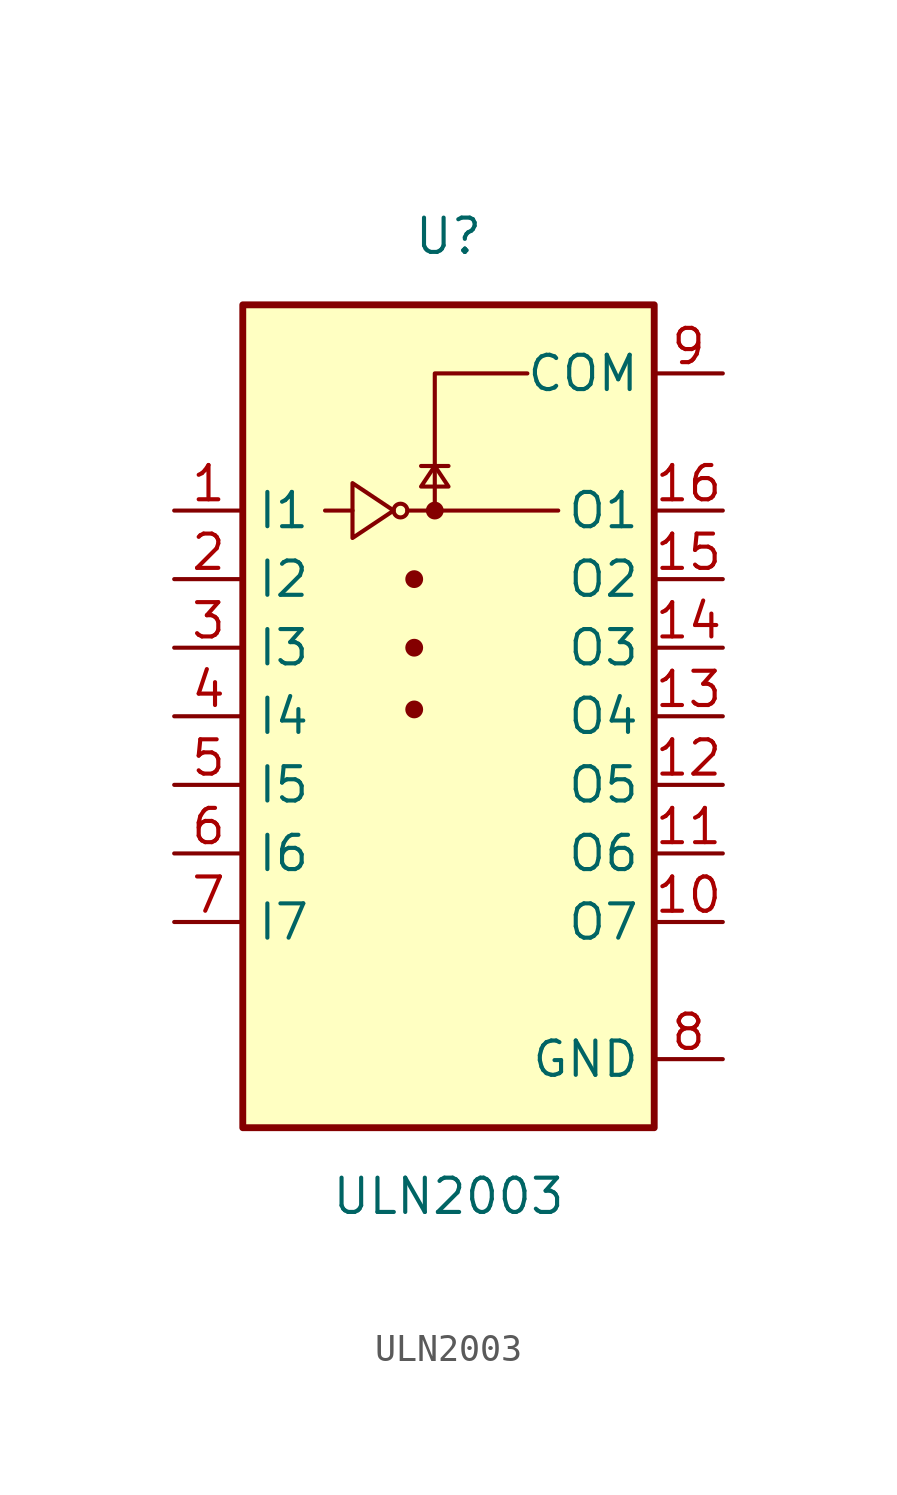
<source format=kicad_sym>
(kicad_symbol_lib
  (version 20220914)
  (generator kicad_symbol_editor)
  (symbol "ULN2003"
    (property "Reference" "U"
      (at 0 17.78 0)
      (effects (font (size 1.27 1.27))))
    (property "Value" "ULN2003"
      (at 0 -17.78 0)
      (effects (font (size 1.27 1.27))))
    (symbol "ULN2003_0_1"
      (rectangle (start -7.62 15.24) (end 7.62 -15.24) (stroke (width 0.254) (type default)) (fill (type background)))
      (circle (center -1.778 7.62) (radius 0.254) (stroke (width 0) (type default)) (fill (type none)))
      (circle (center -1.27 0.254) (radius 0.254) (stroke (width 0) (type default)) (fill (type outline)))
      (circle (center -1.27 2.54) (radius 0.254) (stroke (width 0) (type default)) (fill (type outline)))
      (circle (center -1.27 5.08) (radius 0.254) (stroke (width 0) (type default)) (fill (type outline)))
      (circle (center -0.508 7.62) (radius 0.254) (stroke (width 0) (type default)) (fill (type outline)))
      (polyline (pts (xy -4.572 7.62) (xy -3.556 7.62)) (stroke (width 0) (type default)) (fill (type none)))
      (polyline (pts (xy -1.524 7.62) (xy 4.064 7.62)) (stroke (width 0) (type default)) (fill (type none)))
      (polyline (pts (xy 0 9.271) (xy -1.016 9.271)) (stroke (width 0) (type default)) (fill (type none)))
      (polyline (pts (xy -0.508 7.62) (xy -0.508 12.7) (xy 2.921 12.7)) (stroke (width 0) (type default)) (fill (type none)))
      (polyline (pts (xy -3.556 8.636) (xy -3.556 6.604) (xy -2.032 7.62) (xy -3.556 8.636)) (stroke (width 0) (type default)) (fill (type none)))
      (polyline (pts (xy 0 8.509) (xy -1.016 8.509) (xy -0.508 9.271) (xy 0 8.509)) (stroke (width 0) (type default)) (fill (type none))))
    (symbol "ULN2003_1_1"
      (pin input line (at -10.16 7.62 0) (length 2.54) (name "I1" (effects (font (size 1.27 1.27)))) (number "1" (effects (font (size 1.27 1.27)))))
      (pin open_collector line (at 10.16 -7.62 180) (length 2.54) (name "O7" (effects (font (size 1.27 1.27)))) (number "10" (effects (font (size 1.27 1.27)))))
      (pin open_collector line (at 10.16 -5.08 180) (length 2.54) (name "O6" (effects (font (size 1.27 1.27)))) (number "11" (effects (font (size 1.27 1.27)))))
      (pin open_collector line (at 10.16 -2.54 180) (length 2.54) (name "O5" (effects (font (size 1.27 1.27)))) (number "12" (effects (font (size 1.27 1.27)))))
      (pin open_collector line (at 10.16 0 180) (length 2.54) (name "O4" (effects (font (size 1.27 1.27)))) (number "13" (effects (font (size 1.27 1.27)))))
      (pin open_collector line (at 10.16 2.54 180) (length 2.54) (name "O3" (effects (font (size 1.27 1.27)))) (number "14" (effects (font (size 1.27 1.27)))))
      (pin open_collector line (at 10.16 5.08 180) (length 2.54) (name "O2" (effects (font (size 1.27 1.27)))) (number "15" (effects (font (size 1.27 1.27)))))
      (pin open_collector line (at 10.16 7.62 180) (length 2.54) (name "O1" (effects (font (size 1.27 1.27)))) (number "16" (effects (font (size 1.27 1.27)))))
      (pin input line (at -10.16 5.08 0) (length 2.54) (name "I2" (effects (font (size 1.27 1.27)))) (number "2" (effects (font (size 1.27 1.27)))))
      (pin input line (at -10.16 2.54 0) (length 2.54) (name "I3" (effects (font (size 1.27 1.27)))) (number "3" (effects (font (size 1.27 1.27)))))
      (pin input line (at -10.16 0 0) (length 2.54) (name "I4" (effects (font (size 1.27 1.27)))) (number "4" (effects (font (size 1.27 1.27)))))
      (pin input line (at -10.16 -2.54 0) (length 2.54) (name "I5" (effects (font (size 1.27 1.27)))) (number "5" (effects (font (size 1.27 1.27)))))
      (pin input line (at -10.16 -5.08 0) (length 2.54) (name "I6" (effects (font (size 1.27 1.27)))) (number "6" (effects (font (size 1.27 1.27)))))
      (pin input line (at -10.16 -7.62 0) (length 2.54) (name "I7" (effects (font (size 1.27 1.27)))) (number "7" (effects (font (size 1.27 1.27)))))
      (pin power_in line (at 10.16 -12.7 180) (length 2.54) (name "GND" (effects (font (size 1.27 1.27)))) (number "8" (effects (font (size 1.27 1.27)))))
      (pin passive line (at 10.16 12.7 180) (length 2.54) (name "COM" (effects (font (size 1.27 1.27)))) (number "9" (effects (font (size 1.27 1.27))))))))
</source>
